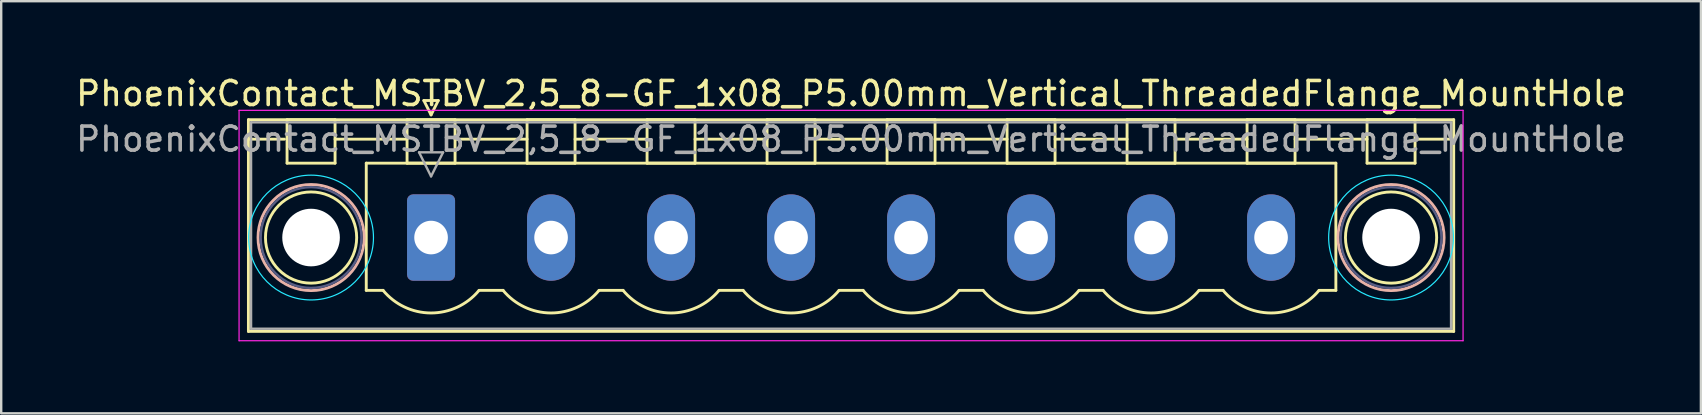
<source format=kicad_pcb>
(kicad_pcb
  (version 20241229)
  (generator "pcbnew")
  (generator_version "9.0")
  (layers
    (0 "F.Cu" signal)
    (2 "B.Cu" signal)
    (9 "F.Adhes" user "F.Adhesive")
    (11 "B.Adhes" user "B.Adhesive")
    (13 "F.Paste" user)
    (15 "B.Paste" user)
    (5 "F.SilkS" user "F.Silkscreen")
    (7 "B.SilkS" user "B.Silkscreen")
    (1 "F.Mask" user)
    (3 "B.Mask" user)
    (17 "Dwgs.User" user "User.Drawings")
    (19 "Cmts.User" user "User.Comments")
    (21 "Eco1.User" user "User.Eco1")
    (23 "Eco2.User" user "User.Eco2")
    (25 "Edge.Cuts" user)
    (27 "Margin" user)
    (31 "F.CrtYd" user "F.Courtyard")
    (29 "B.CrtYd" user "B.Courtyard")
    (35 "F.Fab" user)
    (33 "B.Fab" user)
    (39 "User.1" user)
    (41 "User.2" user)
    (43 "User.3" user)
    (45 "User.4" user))
  (footprint "PhoenixContact_MSTBV_2,5_8-GF_1x08_P5.00mm_Vertical_ThreadedFlange_MountHole"
    (layer "F.Cu")
    (at 14.911 6.848)
    (property "Reference" "PhoenixContact_MSTBV_2,5_8-GF_1x08_P5.00mm_Vertical_ThreadedFlange_MountHole" (at 17.5 -6 0) (layer "F.SilkS") (effects (font (size 1 1) (thickness 0.15))))
    (attr through_hole)
    (fp_line (start -7.61 -4.91) (end -7.61 3.91) (stroke (width 0.12) (type solid)) (layer "F.SilkS"))
    (fp_line (start -7.61 -4.1) (end -6.11 -4.1) (stroke (width 0.12) (type solid)) (layer "F.SilkS"))
    (fp_line (start -7.61 3.91) (end 42.61 3.91) (stroke (width 0.12) (type solid)) (layer "F.SilkS"))
    (fp_line (start -6 -4.91) (end -4 -4.91) (stroke (width 0.12) (type solid)) (layer "F.SilkS"))
    (fp_line (start -6 -3.1) (end -6 -4.91) (stroke (width 0.12) (type solid)) (layer "F.SilkS"))
    (fp_line (start -4 -4.91) (end -4 -3.1) (stroke (width 0.12) (type solid)) (layer "F.SilkS"))
    (fp_line (start -4 -4.1) (end -1 -4.1) (stroke (width 0.12) (type solid)) (layer "F.SilkS"))
    (fp_line (start -4 -3.1) (end -6 -3.1) (stroke (width 0.12) (type solid)) (layer "F.SilkS"))
    (fp_line (start -2.7 -3.1) (end 37.7 -3.1) (stroke (width 0.12) (type solid)) (layer "F.SilkS"))
    (fp_line (start -2.7 2.2) (end -2.7 -3.1) (stroke (width 0.12) (type solid)) (layer "F.SilkS"))
    (fp_line (start -2 2.2) (end -2.7 2.2) (stroke (width 0.12) (type solid)) (layer "F.SilkS"))
    (fp_line (start -1 -4.91) (end 1 -4.91) (stroke (width 0.12) (type solid)) (layer "F.SilkS"))
    (fp_line (start -1 -3.1) (end -1 -4.91) (stroke (width 0.12) (type solid)) (layer "F.SilkS"))
    (fp_line (start -0.3 -5.71) (end 0.3 -5.71) (stroke (width 0.12) (type solid)) (layer "F.SilkS"))
    (fp_line (start 0 -5.11) (end -0.3 -5.71) (stroke (width 0.12) (type solid)) (layer "F.SilkS"))
    (fp_line (start 0.3 -5.71) (end 0 -5.11) (stroke (width 0.12) (type solid)) (layer "F.SilkS"))
    (fp_line (start 1 -4.91) (end 1 -3.1) (stroke (width 0.12) (type solid)) (layer "F.SilkS"))
    (fp_line (start 1 -4.1) (end 4 -4.1) (stroke (width 0.12) (type solid)) (layer "F.SilkS"))
    (fp_line (start 1 -3.1) (end -1 -3.1) (stroke (width 0.12) (type solid)) (layer "F.SilkS"))
    (fp_line (start 2 2.2) (end 3 2.2) (stroke (width 0.12) (type solid)) (layer "F.SilkS"))
    (fp_line (start 4 -4.91) (end 6 -4.91) (stroke (width 0.12) (type solid)) (layer "F.SilkS"))
    (fp_line (start 4 -3.1) (end 4 -4.91) (stroke (width 0.12) (type solid)) (layer "F.SilkS"))
    (fp_line (start 6 -4.91) (end 6 -3.1) (stroke (width 0.12) (type solid)) (layer "F.SilkS"))
    (fp_line (start 6 -4.1) (end 9 -4.1) (stroke (width 0.12) (type solid)) (layer "F.SilkS"))
    (fp_line (start 6 -3.1) (end 4 -3.1) (stroke (width 0.12) (type solid)) (layer "F.SilkS"))
    (fp_line (start 7 2.2) (end 8 2.2) (stroke (width 0.12) (type solid)) (layer "F.SilkS"))
    (fp_line (start 9 -4.91) (end 11 -4.91) (stroke (width 0.12) (type solid)) (layer "F.SilkS"))
    (fp_line (start 9 -3.1) (end 9 -4.91) (stroke (width 0.12) (type solid)) (layer "F.SilkS"))
    (fp_line (start 11 -4.91) (end 11 -3.1) (stroke (width 0.12) (type solid)) (layer "F.SilkS"))
    (fp_line (start 11 -4.1) (end 14 -4.1) (stroke (width 0.12) (type solid)) (layer "F.SilkS"))
    (fp_line (start 11 -3.1) (end 9 -3.1) (stroke (width 0.12) (type solid)) (layer "F.SilkS"))
    (fp_line (start 12 2.2) (end 13 2.2) (stroke (width 0.12) (type solid)) (layer "F.SilkS"))
    (fp_line (start 14 -4.91) (end 16 -4.91) (stroke (width 0.12) (type solid)) (layer "F.SilkS"))
    (fp_line (start 14 -3.1) (end 14 -4.91) (stroke (width 0.12) (type solid)) (layer "F.SilkS"))
    (fp_line (start 16 -4.91) (end 16 -3.1) (stroke (width 0.12) (type solid)) (layer "F.SilkS"))
    (fp_line (start 16 -4.1) (end 19 -4.1) (stroke (width 0.12) (type solid)) (layer "F.SilkS"))
    (fp_line (start 16 -3.1) (end 14 -3.1) (stroke (width 0.12) (type solid)) (layer "F.SilkS"))
    (fp_line (start 17 2.2) (end 18 2.2) (stroke (width 0.12) (type solid)) (layer "F.SilkS"))
    (fp_line (start 19 -4.91) (end 21 -4.91) (stroke (width 0.12) (type solid)) (layer "F.SilkS"))
    (fp_line (start 19 -3.1) (end 19 -4.91) (stroke (width 0.12) (type solid)) (layer "F.SilkS"))
    (fp_line (start 21 -4.91) (end 21 -3.1) (stroke (width 0.12) (type solid)) (layer "F.SilkS"))
    (fp_line (start 21 -4.1) (end 24 -4.1) (stroke (width 0.12) (type solid)) (layer "F.SilkS"))
    (fp_line (start 21 -3.1) (end 19 -3.1) (stroke (width 0.12) (type solid)) (layer "F.SilkS"))
    (fp_line (start 22 2.2) (end 23 2.2) (stroke (width 0.12) (type solid)) (layer "F.SilkS"))
    (fp_line (start 24 -4.91) (end 26 -4.91) (stroke (width 0.12) (type solid)) (layer "F.SilkS"))
    (fp_line (start 24 -3.1) (end 24 -4.91) (stroke (width 0.12) (type solid)) (layer "F.SilkS"))
    (fp_line (start 26 -4.91) (end 26 -3.1) (stroke (width 0.12) (type solid)) (layer "F.SilkS"))
    (fp_line (start 26 -4.1) (end 29 -4.1) (stroke (width 0.12) (type solid)) (layer "F.SilkS"))
    (fp_line (start 26 -3.1) (end 24 -3.1) (stroke (width 0.12) (type solid)) (layer "F.SilkS"))
    (fp_line (start 27 2.2) (end 28 2.2) (stroke (width 0.12) (type solid)) (layer "F.SilkS"))
    (fp_line (start 29 -4.91) (end 31 -4.91) (stroke (width 0.12) (type solid)) (layer "F.SilkS"))
    (fp_line (start 29 -3.1) (end 29 -4.91) (stroke (width 0.12) (type solid)) (layer "F.SilkS"))
    (fp_line (start 31 -4.91) (end 31 -3.1) (stroke (width 0.12) (type solid)) (layer "F.SilkS"))
    (fp_line (start 31 -4.1) (end 34 -4.1) (stroke (width 0.12) (type solid)) (layer "F.SilkS"))
    (fp_line (start 31 -3.1) (end 29 -3.1) (stroke (width 0.12) (type solid)) (layer "F.SilkS"))
    (fp_line (start 32 2.2) (end 33 2.2) (stroke (width 0.12) (type solid)) (layer "F.SilkS"))
    (fp_line (start 34 -4.91) (end 36 -4.91) (stroke (width 0.12) (type solid)) (layer "F.SilkS"))
    (fp_line (start 34 -3.1) (end 34 -4.91) (stroke (width 0.12) (type solid)) (layer "F.SilkS"))
    (fp_line (start 36 -4.91) (end 36 -3.1) (stroke (width 0.12) (type solid)) (layer "F.SilkS"))
    (fp_line (start 36 -4.1) (end 39 -4.1) (stroke (width 0.12) (type solid)) (layer "F.SilkS"))
    (fp_line (start 36 -3.1) (end 34 -3.1) (stroke (width 0.12) (type solid)) (layer "F.SilkS"))
    (fp_line (start 37.7 -3.1) (end 37.7 2.2) (stroke (width 0.12) (type solid)) (layer "F.SilkS"))
    (fp_line (start 37.7 2.2) (end 37 2.2) (stroke (width 0.12) (type solid)) (layer "F.SilkS"))
    (fp_line (start 39 -4.91) (end 41 -4.91) (stroke (width 0.12) (type solid)) (layer "F.SilkS"))
    (fp_line (start 39 -3.1) (end 39 -4.91) (stroke (width 0.12) (type solid)) (layer "F.SilkS"))
    (fp_line (start 41 -4.91) (end 41 -3.1) (stroke (width 0.12) (type solid)) (layer "F.SilkS"))
    (fp_line (start 41 -3.1) (end 39 -3.1) (stroke (width 0.12) (type solid)) (layer "F.SilkS"))
    (fp_line (start 42.61 -4.91) (end -7.61 -4.91) (stroke (width 0.12) (type solid)) (layer "F.SilkS"))
    (fp_line (start 42.61 -4.1) (end 41.11 -4.1) (stroke (width 0.12) (type solid)) (layer "F.SilkS"))
    (fp_line (start 42.61 3.91) (end 42.61 -4.91) (stroke (width 0.12) (type solid)) (layer "F.SilkS"))
    (fp_arc (start 1.986842 2.215821) (mid -0.010289 3.142758) (end -2 2.2) (stroke (width 0.12) (type solid)) (layer "F.SilkS"))
    (fp_arc (start 6.986842 2.215821) (mid 4.989711 3.142758) (end 3 2.2) (stroke (width 0.12) (type solid)) (layer "F.SilkS"))
    (fp_arc (start 11.986842 2.215821) (mid 9.989711 3.142758) (end 8 2.2) (stroke (width 0.12) (type solid)) (layer "F.SilkS"))
    (fp_arc (start 16.986842 2.215821) (mid 14.989711 3.142758) (end 13 2.2) (stroke (width 0.12) (type solid)) (layer "F.SilkS"))
    (fp_arc (start 21.986842 2.215821) (mid 19.989711 3.142758) (end 18 2.2) (stroke (width 0.12) (type solid)) (layer "F.SilkS"))
    (fp_arc (start 26.986842 2.215821) (mid 24.989711 3.142758) (end 23 2.2) (stroke (width 0.12) (type solid)) (layer "F.SilkS"))
    (fp_arc (start 31.986842 2.215821) (mid 29.989711 3.142758) (end 28 2.2) (stroke (width 0.12) (type solid)) (layer "F.SilkS"))
    (fp_arc (start 36.986842 2.215821) (mid 34.989711 3.142758) (end 33 2.2) (stroke (width 0.12) (type solid)) (layer "F.SilkS"))
    (fp_circle (center -5 0) (end -3.1 0) (stroke (width 0.12) (type solid)) (fill no) (layer "F.SilkS"))
    (fp_circle (center 40 0) (end 41.9 0) (stroke (width 0.12) (type solid)) (fill no) (layer "F.SilkS"))
    (fp_circle (center -5 0) (end -2.79 0) (stroke (width 0.12) (type solid)) (fill no) (layer "B.SilkS"))
    (fp_circle (center 40 0) (end 42.21 0) (stroke (width 0.12) (type solid)) (fill no) (layer "B.SilkS"))
    (fp_circle (center -5 0) (end -2.4 0) (stroke (width 0.05) (type solid)) (fill no) (layer "B.CrtYd"))
    (fp_circle (center 40 0) (end 42.6 0) (stroke (width 0.05) (type solid)) (fill no) (layer "B.CrtYd"))
    (fp_line (start -8 -5.3) (end -8 4.3) (stroke (width 0.05) (type solid)) (layer "F.CrtYd"))
    (fp_line (start -8 4.3) (end 43 4.3) (stroke (width 0.05) (type solid)) (layer "F.CrtYd"))
    (fp_line (start 43 -5.3) (end -8 -5.3) (stroke (width 0.05) (type solid)) (layer "F.CrtYd"))
    (fp_line (start 43 4.3) (end 43 -5.3) (stroke (width 0.05) (type solid)) (layer "F.CrtYd"))
    (fp_circle (center -5 0) (end -2.9 0) (stroke (width 0.1) (type solid)) (fill no) (layer "B.Fab"))
    (fp_circle (center 40 0) (end 42.1 0) (stroke (width 0.1) (type solid)) (fill no) (layer "B.Fab"))
    (fp_line (start -7.5 -4.8) (end -7.5 3.8) (stroke (width 0.1) (type solid)) (layer "F.Fab"))
    (fp_line (start -7.5 3.8) (end 42.5 3.8) (stroke (width 0.1) (type solid)) (layer "F.Fab"))
    (fp_line (start -0.5 -3.55) (end 0.5 -3.55) (stroke (width 0.1) (type solid)) (layer "F.Fab"))
    (fp_line (start 0 -2.55) (end -0.5 -3.55) (stroke (width 0.1) (type solid)) (layer "F.Fab"))
    (fp_line (start 0.5 -3.55) (end 0 -2.55) (stroke (width 0.1) (type solid)) (layer "F.Fab"))
    (fp_line (start 42.5 -4.8) (end -7.5 -4.8) (stroke (width 0.1) (type solid)) (layer "F.Fab"))
    (fp_line (start 42.5 3.8) (end 42.5 -4.8) (stroke (width 0.1) (type solid)) (layer "F.Fab"))
    (fp_text user "${REFERENCE}" (at 17.5 -4.1 0) (layer "F.Fab") (effects (font (size 1 1) (thickness 0.15))))
    (pad "" np_thru_hole circle (at -5 0) (size 2.4 2.4) (drill 2.4) (layers "*.Cu" "*.Mask"))
    (pad "" np_thru_hole circle (at 40 0) (size 2.4 2.4) (drill 2.4) (layers "*.Cu" "*.Mask"))
    (pad "1" thru_hole roundrect (at 0 0) (size 2 3.6) (drill 1.4) (layers "*.Cu" "*.Mask") (roundrect_rratio 0.125))
    (pad "2" thru_hole oval (at 5 0) (size 2 3.6) (drill 1.4) (layers "*.Cu" "*.Mask"))
    (pad "3" thru_hole oval (at 10 0) (size 2 3.6) (drill 1.4) (layers "*.Cu" "*.Mask"))
    (pad "4" thru_hole oval (at 15 0) (size 2 3.6) (drill 1.4) (layers "*.Cu" "*.Mask"))
    (pad "5" thru_hole oval (at 20 0) (size 2 3.6) (drill 1.4) (layers "*.Cu" "*.Mask"))
    (pad "6" thru_hole oval (at 25 0) (size 2 3.6) (drill 1.4) (layers "*.Cu" "*.Mask"))
    (pad "7" thru_hole oval (at 30 0) (size 2 3.6) (drill 1.4) (layers "*.Cu" "*.Mask"))
    (pad "8" thru_hole oval (at 35 0) (size 2 3.6) (drill 1.4) (layers "*.Cu" "*.Mask")))
  (gr_rect
    (start -3 -3)
    (end 67.821 14.173)
    (stroke (width 0.1) (type default))
    (fill no)
    (layer "Edge.Cuts")))
</source>
